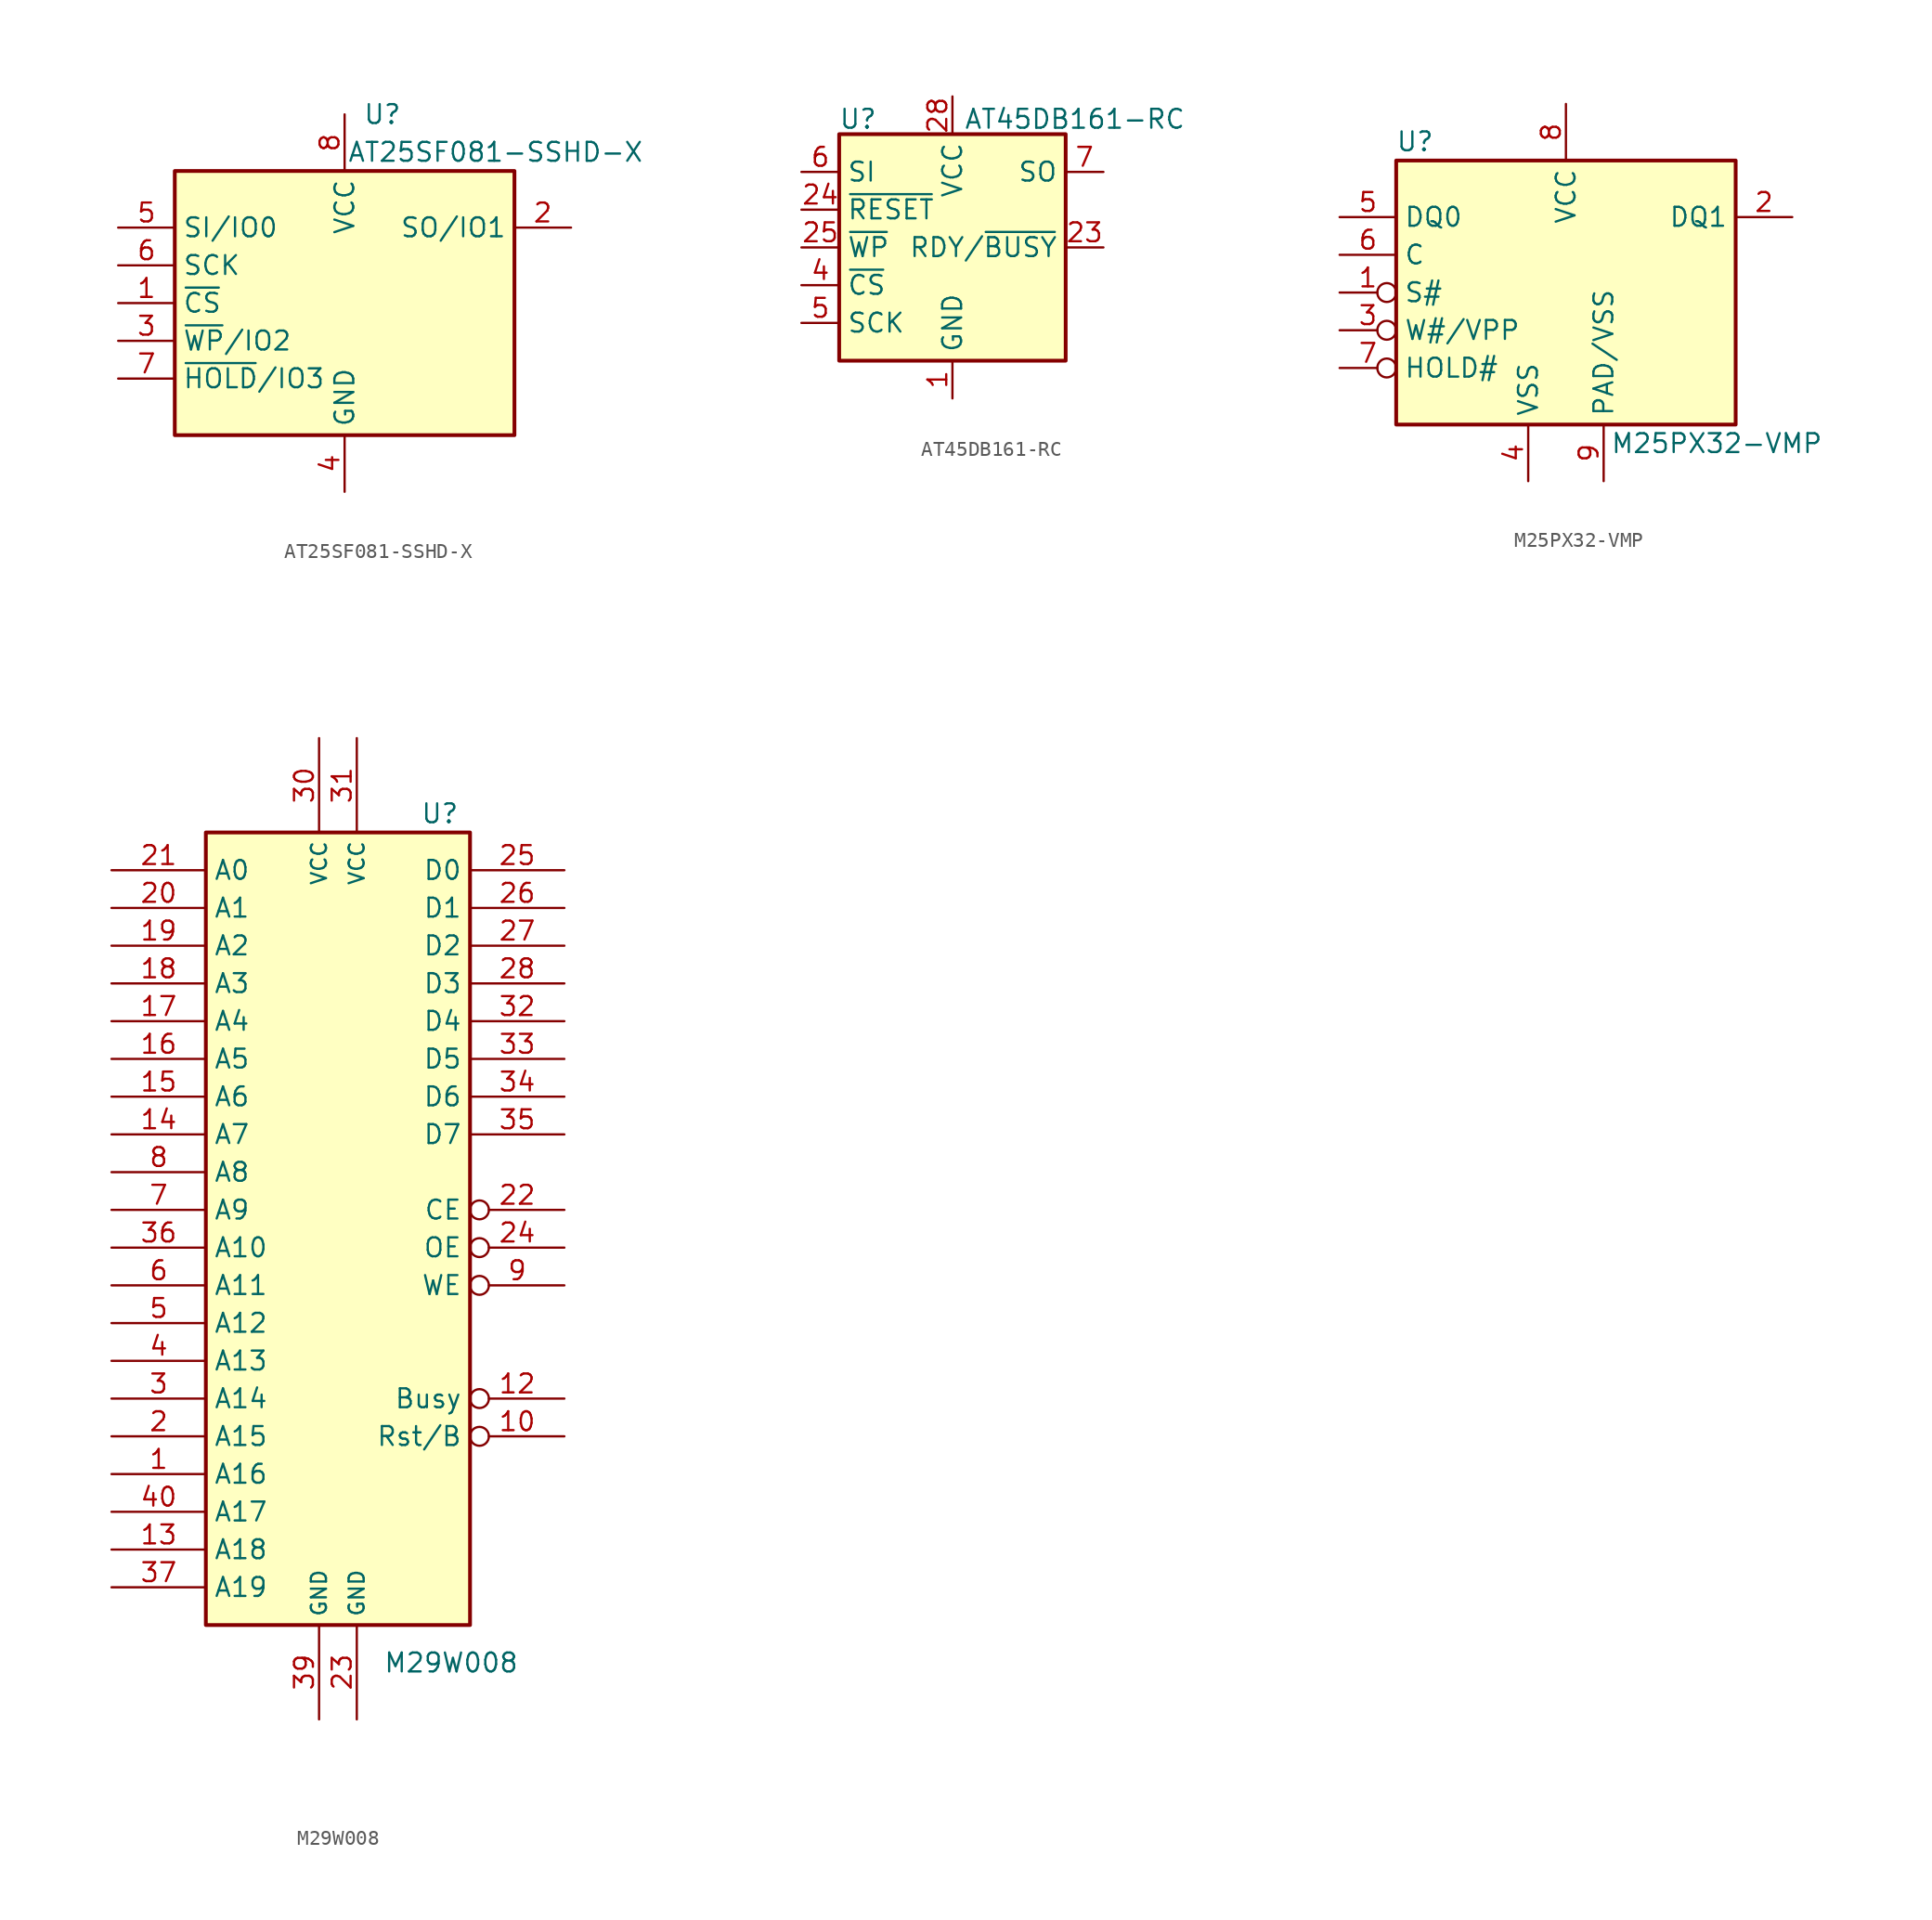
<source format=kicad_sym>
(kicad_symbol_lib
  (version 20201005)
  (generator kicad_symbol_editor)
  (symbol "AT25SF081-SSHD-X"
    (property "Reference" "U"
      (at 2.54 12.7 0)
      (effects (font (size 1.27 1.27))))
    (property "Value" "AT25SF081-SSHD-X"
      (at 10.16 10.16 0)
      (effects (font (size 1.27 1.27))))
    (symbol "AT25SF081-SSHD-X_1_1"
      (rectangle (start -11.43 8.89) (end 11.43 -8.89) (stroke (width 0.254)) (fill (type background)))
      (pin input line (at -15.24 0 0) (length 3.81) (name "~CS" (effects (font (size 1.27 1.27)))) (number "1" (effects (font (size 1.27 1.27)))))
      (pin bidirectional line (at 15.24 5.08 180) (length 3.81) (name "SO/IO1" (effects (font (size 1.27 1.27)))) (number "2" (effects (font (size 1.27 1.27)))))
      (pin bidirectional line (at -15.24 -2.54 0) (length 3.81) (name "~WP~/IO2" (effects (font (size 1.27 1.27)))) (number "3" (effects (font (size 1.27 1.27)))))
      (pin power_in line (at 0 -12.7 90) (length 3.81) (name "GND" (effects (font (size 1.27 1.27)))) (number "4" (effects (font (size 1.27 1.27)))))
      (pin bidirectional line (at -15.24 5.08 0) (length 3.81) (name "SI/IO0" (effects (font (size 1.27 1.27)))) (number "5" (effects (font (size 1.27 1.27)))))
      (pin input line (at -15.24 2.54 0) (length 3.81) (name "SCK" (effects (font (size 1.27 1.27)))) (number "6" (effects (font (size 1.27 1.27)))))
      (pin bidirectional line (at -15.24 -5.08 0) (length 3.81) (name "~HOLD~/IO3" (effects (font (size 1.27 1.27)))) (number "7" (effects (font (size 1.27 1.27)))))
      (pin power_in line (at 0 12.7 270) (length 3.81) (name "VCC" (effects (font (size 1.27 1.27)))) (number "8" (effects (font (size 1.27 1.27)))))))
  (symbol "AT45DB161-RC"
    (property "Reference" "U"
      (at -6.35 8.636 0)
      (effects (font (size 1.27 1.27))))
    (property "Value" "AT45DB161-RC"
      (at 0.762 8.636 0)
      (effects (font (size 1.27 1.27)) (justify left)))
    (symbol "AT45DB161-RC_0_1"
      (rectangle (start -7.62 7.62) (end 7.62 -7.62) (stroke (width 0.254)) (fill (type background))))
    (symbol "AT45DB161-RC_1_1"
      (pin power_in line (at 0 -10.16 90) (length 2.54) (name "GND" (effects (font (size 1.27 1.27)))) (number "1" (effects (font (size 1.27 1.27)))))
      (pin output line (at 10.16 0 180) (length 2.54) (name "RDY/~BUSY" (effects (font (size 1.27 1.27)))) (number "23" (effects (font (size 1.27 1.27)))))
      (pin input line (at -10.16 2.54 0) (length 2.54) (name "~RESET" (effects (font (size 1.27 1.27)))) (number "24" (effects (font (size 1.27 1.27)))))
      (pin input line (at -10.16 0 0) (length 2.54) (name "~WP" (effects (font (size 1.27 1.27)))) (number "25" (effects (font (size 1.27 1.27)))))
      (pin power_in line (at 0 10.16 270) (length 2.54) (name "VCC" (effects (font (size 1.27 1.27)))) (number "28" (effects (font (size 1.27 1.27)))))
      (pin input line (at -10.16 -2.54 0) (length 2.54) (name "~CS" (effects (font (size 1.27 1.27)))) (number "4" (effects (font (size 1.27 1.27)))))
      (pin input line (at -10.16 -5.08 0) (length 2.54) (name "SCK" (effects (font (size 1.27 1.27)))) (number "5" (effects (font (size 1.27 1.27)))))
      (pin input line (at -10.16 5.08 0) (length 2.54) (name "SI" (effects (font (size 1.27 1.27)))) (number "6" (effects (font (size 1.27 1.27)))))
      (pin output line (at 10.16 5.08 180) (length 2.54) (name "SO" (effects (font (size 1.27 1.27)))) (number "7" (effects (font (size 1.27 1.27)))))))
  (symbol "M25PX32-VMP"
    (property "Reference" "U"
      (at -10.16 10.16 0)
      (effects (font (size 1.27 1.27))))
    (property "Value" "M25PX32-VMP"
      (at 10.16 -10.16 0)
      (effects (font (size 1.27 1.27))))
    (symbol "M25PX32-VMP_0_1"
      (rectangle (start -11.43 8.89) (end 11.43 -8.89) (stroke (width 0.254)) (fill (type background))))
    (symbol "M25PX32-VMP_1_1"
      (pin input inverted (at -15.24 0 0) (length 3.81) (name "S#" (effects (font (size 1.27 1.27)))) (number "1" (effects (font (size 1.27 1.27)))))
      (pin bidirectional line (at 15.24 5.08 180) (length 3.81) (name "DQ1" (effects (font (size 1.27 1.27)))) (number "2" (effects (font (size 1.27 1.27)))))
      (pin input inverted (at -15.24 -2.54 0) (length 3.81) (name "W#/VPP" (effects (font (size 1.27 1.27)))) (number "3" (effects (font (size 1.27 1.27)))))
      (pin power_in line (at -2.54 -12.7 90) (length 3.81) (name "VSS" (effects (font (size 1.27 1.27)))) (number "4" (effects (font (size 1.27 1.27)))))
      (pin bidirectional line (at -15.24 5.08 0) (length 3.81) (name "DQ0" (effects (font (size 1.27 1.27)))) (number "5" (effects (font (size 1.27 1.27)))))
      (pin input line (at -15.24 2.54 0) (length 3.81) (name "C" (effects (font (size 1.27 1.27)))) (number "6" (effects (font (size 1.27 1.27)))))
      (pin input inverted (at -15.24 -5.08 0) (length 3.81) (name "HOLD#" (effects (font (size 1.27 1.27)))) (number "7" (effects (font (size 1.27 1.27)))))
      (pin power_in line (at 0 12.7 270) (length 3.81) (name "VCC" (effects (font (size 1.27 1.27)))) (number "8" (effects (font (size 1.27 1.27)))))
      (pin power_in line (at 2.54 -12.7 90) (length 3.81) (name "PAD/VSS" (effects (font (size 1.27 1.27)))) (number "9" (effects (font (size 1.27 1.27)))))))
  (symbol "M29W008"
    (property "Reference" "U"
      (at 6.858 27.94 0)
      (effects (font (size 1.27 1.27))))
    (property "Value" "M29W008"
      (at 7.62 -29.21 0)
      (effects (font (size 1.27 1.27))))
    (symbol "M29W008_0_1"
      (rectangle (start -8.89 26.67) (end 8.89 -26.67) (stroke (width 0.254)) (fill (type background))))
    (symbol "M29W008_1_1"
      (pin input line (at -15.24 -16.51 0) (length 6.35) (name "A16" (effects (font (size 1.27 1.27)))) (number "1" (effects (font (size 1.27 1.27)))))
      (pin input inverted (at 15.24 -13.97 180) (length 6.35) (name "Rst/B" (effects (font (size 1.27 1.27)))) (number "10" (effects (font (size 1.27 1.27)))))
      (pin output inverted (at 15.24 -11.43 180) (length 6.35) (name "Busy" (effects (font (size 1.27 1.27)))) (number "12" (effects (font (size 1.27 1.27)))))
      (pin input line (at -15.24 -21.59 0) (length 6.35) (name "A18" (effects (font (size 1.27 1.27)))) (number "13" (effects (font (size 1.27 1.27)))))
      (pin input line (at -15.24 6.35 0) (length 6.35) (name "A7" (effects (font (size 1.27 1.27)))) (number "14" (effects (font (size 1.27 1.27)))))
      (pin input line (at -15.24 8.89 0) (length 6.35) (name "A6" (effects (font (size 1.27 1.27)))) (number "15" (effects (font (size 1.27 1.27)))))
      (pin input line (at -15.24 11.43 0) (length 6.35) (name "A5" (effects (font (size 1.27 1.27)))) (number "16" (effects (font (size 1.27 1.27)))))
      (pin input line (at -15.24 13.97 0) (length 6.35) (name "A4" (effects (font (size 1.27 1.27)))) (number "17" (effects (font (size 1.27 1.27)))))
      (pin input line (at -15.24 16.51 0) (length 6.35) (name "A3" (effects (font (size 1.27 1.27)))) (number "18" (effects (font (size 1.27 1.27)))))
      (pin input line (at -15.24 19.05 0) (length 6.35) (name "A2" (effects (font (size 1.27 1.27)))) (number "19" (effects (font (size 1.27 1.27)))))
      (pin input line (at -15.24 -13.97 0) (length 6.35) (name "A15" (effects (font (size 1.27 1.27)))) (number "2" (effects (font (size 1.27 1.27)))))
      (pin input line (at -15.24 21.59 0) (length 6.35) (name "A1" (effects (font (size 1.27 1.27)))) (number "20" (effects (font (size 1.27 1.27)))))
      (pin input line (at -15.24 24.13 0) (length 6.35) (name "A0" (effects (font (size 1.27 1.27)))) (number "21" (effects (font (size 1.27 1.27)))))
      (pin input inverted (at 15.24 1.27 180) (length 6.35) (name "CE" (effects (font (size 1.27 1.27)))) (number "22" (effects (font (size 1.27 1.27)))))
      (pin power_in line (at 1.27 -33.02 90) (length 6.35) (name "GND" (effects (font (size 1.016 1.016)))) (number "23" (effects (font (size 1.27 1.27)))))
      (pin input inverted (at 15.24 -1.27 180) (length 6.35) (name "OE" (effects (font (size 1.27 1.27)))) (number "24" (effects (font (size 1.27 1.27)))))
      (pin tri_state line (at 15.24 24.13 180) (length 6.35) (name "D0" (effects (font (size 1.27 1.27)))) (number "25" (effects (font (size 1.27 1.27)))))
      (pin tri_state line (at 15.24 21.59 180) (length 6.35) (name "D1" (effects (font (size 1.27 1.27)))) (number "26" (effects (font (size 1.27 1.27)))))
      (pin tri_state line (at 15.24 19.05 180) (length 6.35) (name "D2" (effects (font (size 1.27 1.27)))) (number "27" (effects (font (size 1.27 1.27)))))
      (pin tri_state line (at 15.24 16.51 180) (length 6.35) (name "D3" (effects (font (size 1.27 1.27)))) (number "28" (effects (font (size 1.27 1.27)))))
      (pin input line (at -15.24 -11.43 0) (length 6.35) (name "A14" (effects (font (size 1.27 1.27)))) (number "3" (effects (font (size 1.27 1.27)))))
      (pin power_in line (at -1.27 33.02 270) (length 6.35) (name "VCC" (effects (font (size 1.016 1.016)))) (number "30" (effects (font (size 1.27 1.27)))))
      (pin power_in line (at 1.27 33.02 270) (length 6.35) (name "VCC" (effects (font (size 1.016 1.016)))) (number "31" (effects (font (size 1.27 1.27)))))
      (pin tri_state line (at 15.24 13.97 180) (length 6.35) (name "D4" (effects (font (size 1.27 1.27)))) (number "32" (effects (font (size 1.27 1.27)))))
      (pin tri_state line (at 15.24 11.43 180) (length 6.35) (name "D5" (effects (font (size 1.27 1.27)))) (number "33" (effects (font (size 1.27 1.27)))))
      (pin tri_state line (at 15.24 8.89 180) (length 6.35) (name "D6" (effects (font (size 1.27 1.27)))) (number "34" (effects (font (size 1.27 1.27)))))
      (pin tri_state line (at 15.24 6.35 180) (length 6.35) (name "D7" (effects (font (size 1.27 1.27)))) (number "35" (effects (font (size 1.27 1.27)))))
      (pin input line (at -15.24 -1.27 0) (length 6.35) (name "A10" (effects (font (size 1.27 1.27)))) (number "36" (effects (font (size 1.27 1.27)))))
      (pin input line (at -15.24 -24.13 0) (length 6.35) (name "A19" (effects (font (size 1.27 1.27)))) (number "37" (effects (font (size 1.27 1.27)))))
      (pin power_in line (at -1.27 -33.02 90) (length 6.35) (name "GND" (effects (font (size 1.016 1.016)))) (number "39" (effects (font (size 1.27 1.27)))))
      (pin input line (at -15.24 -8.89 0) (length 6.35) (name "A13" (effects (font (size 1.27 1.27)))) (number "4" (effects (font (size 1.27 1.27)))))
      (pin input line (at -15.24 -19.05 0) (length 6.35) (name "A17" (effects (font (size 1.27 1.27)))) (number "40" (effects (font (size 1.27 1.27)))))
      (pin input line (at -15.24 -6.35 0) (length 6.35) (name "A12" (effects (font (size 1.27 1.27)))) (number "5" (effects (font (size 1.27 1.27)))))
      (pin input line (at -15.24 -3.81 0) (length 6.35) (name "A11" (effects (font (size 1.27 1.27)))) (number "6" (effects (font (size 1.27 1.27)))))
      (pin input line (at -15.24 1.27 0) (length 6.35) (name "A9" (effects (font (size 1.27 1.27)))) (number "7" (effects (font (size 1.27 1.27)))))
      (pin input line (at -15.24 3.81 0) (length 6.35) (name "A8" (effects (font (size 1.27 1.27)))) (number "8" (effects (font (size 1.27 1.27)))))
      (pin input inverted (at 15.24 -3.81 180) (length 6.35) (name "WE" (effects (font (size 1.27 1.27)))) (number "9" (effects (font (size 1.27 1.27))))))))
</source>
